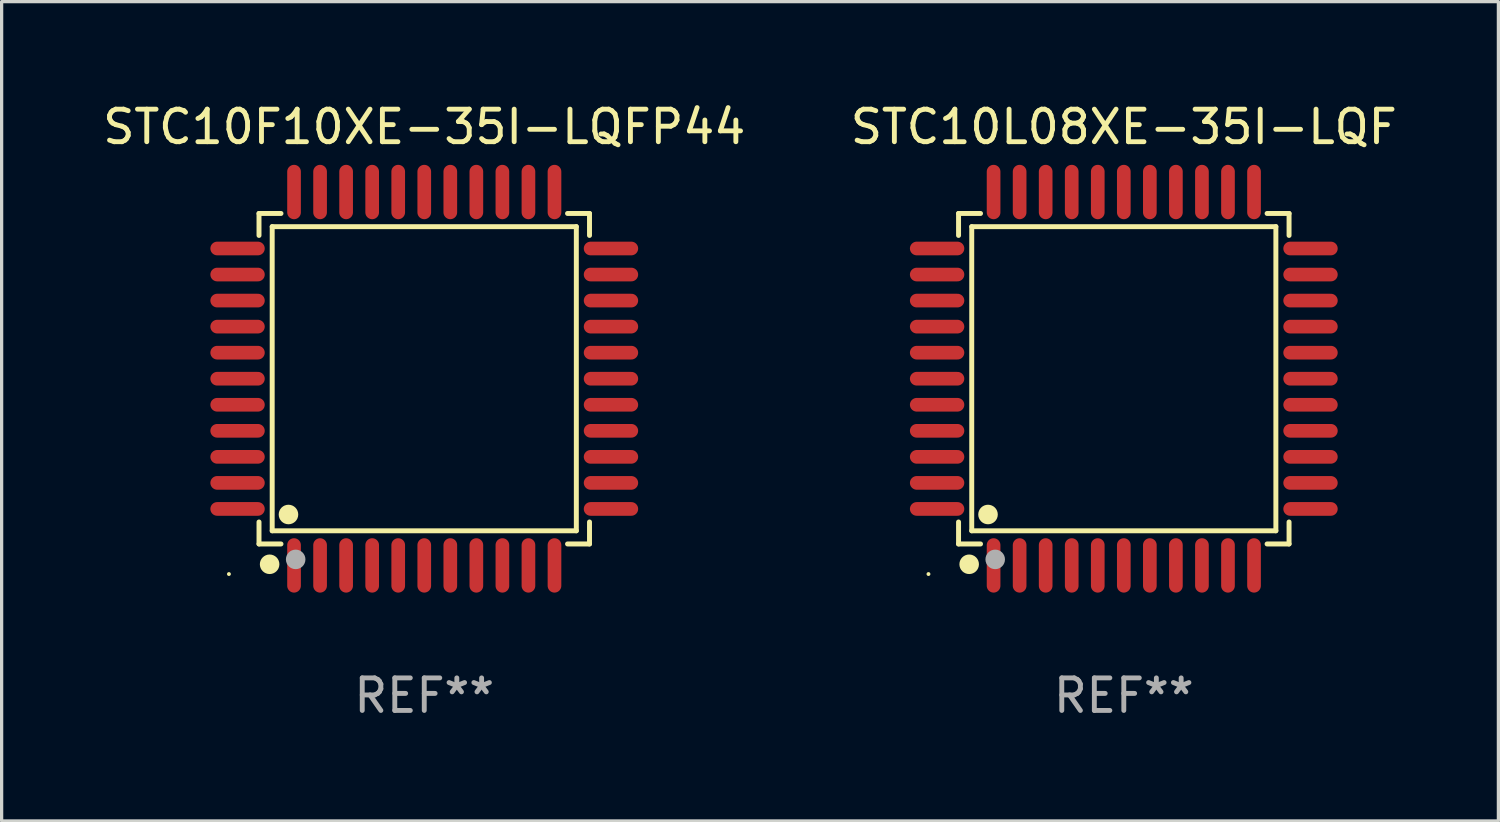
<source format=kicad_pcb>
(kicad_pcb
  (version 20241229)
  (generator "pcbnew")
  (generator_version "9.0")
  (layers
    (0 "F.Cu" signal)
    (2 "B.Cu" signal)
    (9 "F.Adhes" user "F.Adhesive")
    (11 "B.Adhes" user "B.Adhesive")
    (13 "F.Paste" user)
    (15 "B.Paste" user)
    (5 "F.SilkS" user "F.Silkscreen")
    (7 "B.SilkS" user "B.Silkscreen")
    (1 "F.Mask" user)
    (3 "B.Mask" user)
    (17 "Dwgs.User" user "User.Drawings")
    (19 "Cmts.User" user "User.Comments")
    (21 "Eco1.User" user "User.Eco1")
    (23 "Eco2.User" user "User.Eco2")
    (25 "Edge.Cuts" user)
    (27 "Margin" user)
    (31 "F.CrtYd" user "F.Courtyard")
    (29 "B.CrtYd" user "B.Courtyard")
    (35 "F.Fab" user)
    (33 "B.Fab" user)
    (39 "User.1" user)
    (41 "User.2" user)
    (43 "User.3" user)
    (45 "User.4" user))
  (footprint "STC10F10XE-35I-LQFP44"
    (layer "F.Cu")
    (at 9.982 8.583)
    (property "Reference" "STC10F10XE-35I-LQFP44" (at 0 -7.735 0) (layer "F.SilkS") (effects (font (size 1 1) (thickness 0.15))))
    (attr through_hole)
    (fp_line (start -5.076 -5.076) (end -4.401 -5.076) (stroke (width 0.152) (type solid)) (layer "F.SilkS"))
    (fp_line (start -5.076 -4.401) (end -5.076 -5.076) (stroke (width 0.152) (type solid)) (layer "F.SilkS"))
    (fp_line (start -5.076 4.401) (end -5.076 5.076) (stroke (width 0.152) (type solid)) (layer "F.SilkS"))
    (fp_line (start -5.076 5.076) (end -4.401 5.076) (stroke (width 0.152) (type solid)) (layer "F.SilkS"))
    (fp_line (start -4.671 -4.671) (end 4.671 -4.671) (stroke (width 0.152) (type solid)) (layer "F.SilkS"))
    (fp_line (start -4.671 4.671) (end -4.671 -4.671) (stroke (width 0.152) (type solid)) (layer "F.SilkS"))
    (fp_line (start 4.671 -4.671) (end 4.671 4.671) (stroke (width 0.152) (type solid)) (layer "F.SilkS"))
    (fp_line (start 4.671 4.671) (end -4.671 4.671) (stroke (width 0.152) (type solid)) (layer "F.SilkS"))
    (fp_line (start 5.076 -5.076) (end 4.401 -5.076) (stroke (width 0.152) (type solid)) (layer "F.SilkS"))
    (fp_line (start 5.076 -4.401) (end 5.076 -5.076) (stroke (width 0.152) (type solid)) (layer "F.SilkS"))
    (fp_line (start 5.076 4.401) (end 5.076 5.076) (stroke (width 0.152) (type solid)) (layer "F.SilkS"))
    (fp_line (start 5.076 5.076) (end 4.401 5.076) (stroke (width 0.152) (type solid)) (layer "F.SilkS"))
    (fp_circle (center -6 6) (end -5.97 6) (stroke (width 0.06) (type solid)) (fill no) (layer "F.SilkS"))
    (fp_circle (center -4.75 5.7) (end -4.6 5.7) (stroke (width 0.3) (type solid)) (fill no) (layer "F.SilkS"))
    (fp_circle (center -4.171 4.171) (end -4.021 4.171) (stroke (width 0.3) (type solid)) (fill no) (layer "F.SilkS"))
    (fp_circle (center -3.95 5.55) (end -3.8 5.55) (stroke (width 0.3) (type solid)) (fill no) (layer "F.Fab"))
    (fp_text user "REF**" (at 0 9.735 0) (layer "F.Fab") (effects (font (size 1 1) (thickness 0.15))))
    (pad "1" smd oval (at -4 5.735) (size 0.42 1.67) (layers "F.Cu" "F.Mask" "F.Paste"))
    (pad "2" smd oval (at -3.2 5.735) (size 0.42 1.67) (layers "F.Cu" "F.Mask" "F.Paste"))
    (pad "3" smd oval (at -2.4 5.735) (size 0.42 1.67) (layers "F.Cu" "F.Mask" "F.Paste"))
    (pad "4" smd oval (at -1.6 5.735) (size 0.42 1.67) (layers "F.Cu" "F.Mask" "F.Paste"))
    (pad "5" smd oval (at -0.8 5.735) (size 0.42 1.67) (layers "F.Cu" "F.Mask" "F.Paste"))
    (pad "6" smd oval (at 0 5.735) (size 0.42 1.67) (layers "F.Cu" "F.Mask" "F.Paste"))
    (pad "7" smd oval (at 0.8 5.735) (size 0.42 1.67) (layers "F.Cu" "F.Mask" "F.Paste"))
    (pad "8" smd oval (at 1.6 5.735) (size 0.42 1.67) (layers "F.Cu" "F.Mask" "F.Paste"))
    (pad "9" smd oval (at 2.4 5.735) (size 0.42 1.67) (layers "F.Cu" "F.Mask" "F.Paste"))
    (pad "10" smd oval (at 3.2 5.735) (size 0.42 1.67) (layers "F.Cu" "F.Mask" "F.Paste"))
    (pad "11" smd oval (at 4 5.735) (size 0.42 1.67) (layers "F.Cu" "F.Mask" "F.Paste"))
    (pad "12" smd oval (at 5.735 4) (size 1.67 0.42) (layers "F.Cu" "F.Mask" "F.Paste"))
    (pad "13" smd oval (at 5.735 3.2) (size 1.67 0.42) (layers "F.Cu" "F.Mask" "F.Paste"))
    (pad "14" smd oval (at 5.735 2.4) (size 1.67 0.42) (layers "F.Cu" "F.Mask" "F.Paste"))
    (pad "15" smd oval (at 5.735 1.6) (size 1.67 0.42) (layers "F.Cu" "F.Mask" "F.Paste"))
    (pad "16" smd oval (at 5.735 0.8) (size 1.67 0.42) (layers "F.Cu" "F.Mask" "F.Paste"))
    (pad "17" smd oval (at 5.735 0) (size 1.67 0.42) (layers "F.Cu" "F.Mask" "F.Paste"))
    (pad "18" smd oval (at 5.735 -0.8) (size 1.67 0.42) (layers "F.Cu" "F.Mask" "F.Paste"))
    (pad "19" smd oval (at 5.735 -1.6) (size 1.67 0.42) (layers "F.Cu" "F.Mask" "F.Paste"))
    (pad "20" smd oval (at 5.735 -2.4) (size 1.67 0.42) (layers "F.Cu" "F.Mask" "F.Paste"))
    (pad "21" smd oval (at 5.735 -3.2) (size 1.67 0.42) (layers "F.Cu" "F.Mask" "F.Paste"))
    (pad "22" smd oval (at 5.735 -4) (size 1.67 0.42) (layers "F.Cu" "F.Mask" "F.Paste"))
    (pad "23" smd oval (at 4 -5.735) (size 0.42 1.67) (layers "F.Cu" "F.Mask" "F.Paste"))
    (pad "24" smd oval (at 3.2 -5.735) (size 0.42 1.67) (layers "F.Cu" "F.Mask" "F.Paste"))
    (pad "25" smd oval (at 2.4 -5.735) (size 0.42 1.67) (layers "F.Cu" "F.Mask" "F.Paste"))
    (pad "26" smd oval (at 1.6 -5.735) (size 0.42 1.67) (layers "F.Cu" "F.Mask" "F.Paste"))
    (pad "27" smd oval (at 0.8 -5.735) (size 0.42 1.67) (layers "F.Cu" "F.Mask" "F.Paste"))
    (pad "28" smd oval (at 0 -5.735) (size 0.42 1.67) (layers "F.Cu" "F.Mask" "F.Paste"))
    (pad "29" smd oval (at -0.8 -5.735) (size 0.42 1.67) (layers "F.Cu" "F.Mask" "F.Paste"))
    (pad "30" smd oval (at -1.6 -5.735) (size 0.42 1.67) (layers "F.Cu" "F.Mask" "F.Paste"))
    (pad "31" smd oval (at -2.4 -5.735) (size 0.42 1.67) (layers "F.Cu" "F.Mask" "F.Paste"))
    (pad "32" smd oval (at -3.2 -5.735) (size 0.42 1.67) (layers "F.Cu" "F.Mask" "F.Paste"))
    (pad "33" smd oval (at -4 -5.735) (size 0.42 1.67) (layers "F.Cu" "F.Mask" "F.Paste"))
    (pad "34" smd oval (at -5.735 -4) (size 1.67 0.42) (layers "F.Cu" "F.Mask" "F.Paste"))
    (pad "35" smd oval (at -5.735 -3.2) (size 1.67 0.42) (layers "F.Cu" "F.Mask" "F.Paste"))
    (pad "36" smd oval (at -5.735 -2.4) (size 1.67 0.42) (layers "F.Cu" "F.Mask" "F.Paste"))
    (pad "37" smd oval (at -5.735 -1.6) (size 1.67 0.42) (layers "F.Cu" "F.Mask" "F.Paste"))
    (pad "38" smd oval (at -5.735 -0.8) (size 1.67 0.42) (layers "F.Cu" "F.Mask" "F.Paste"))
    (pad "39" smd oval (at -5.735 0) (size 1.67 0.42) (layers "F.Cu" "F.Mask" "F.Paste"))
    (pad "40" smd oval (at -5.735 0.8) (size 1.67 0.42) (layers "F.Cu" "F.Mask" "F.Paste"))
    (pad "41" smd oval (at -5.735 1.6) (size 1.67 0.42) (layers "F.Cu" "F.Mask" "F.Paste"))
    (pad "42" smd oval (at -5.735 2.4) (size 1.67 0.42) (layers "F.Cu" "F.Mask" "F.Paste"))
    (pad "43" smd oval (at -5.735 3.2) (size 1.67 0.42) (layers "F.Cu" "F.Mask" "F.Paste"))
    (pad "44" smd oval (at -5.735 4) (size 1.67 0.42) (layers "F.Cu" "F.Mask" "F.Paste")))
  (footprint "STC10L08XE-35I-LQF"
    (layer "F.Cu")
    (at 31.47 8.583)
    (property "Reference" "STC10L08XE-35I-LQF" (at 0 -7.735 0) (layer "F.SilkS") (effects (font (size 1 1) (thickness 0.15))))
    (attr through_hole)
    (fp_line (start -5.076 -5.076) (end -4.401 -5.076) (stroke (width 0.152) (type solid)) (layer "F.SilkS"))
    (fp_line (start -5.076 -4.401) (end -5.076 -5.076) (stroke (width 0.152) (type solid)) (layer "F.SilkS"))
    (fp_line (start -5.076 4.401) (end -5.076 5.076) (stroke (width 0.152) (type solid)) (layer "F.SilkS"))
    (fp_line (start -5.076 5.076) (end -4.401 5.076) (stroke (width 0.152) (type solid)) (layer "F.SilkS"))
    (fp_line (start -4.671 -4.671) (end 4.671 -4.671) (stroke (width 0.152) (type solid)) (layer "F.SilkS"))
    (fp_line (start -4.671 4.671) (end -4.671 -4.671) (stroke (width 0.152) (type solid)) (layer "F.SilkS"))
    (fp_line (start 4.671 -4.671) (end 4.671 4.671) (stroke (width 0.152) (type solid)) (layer "F.SilkS"))
    (fp_line (start 4.671 4.671) (end -4.671 4.671) (stroke (width 0.152) (type solid)) (layer "F.SilkS"))
    (fp_line (start 5.076 -5.076) (end 4.401 -5.076) (stroke (width 0.152) (type solid)) (layer "F.SilkS"))
    (fp_line (start 5.076 -4.401) (end 5.076 -5.076) (stroke (width 0.152) (type solid)) (layer "F.SilkS"))
    (fp_line (start 5.076 4.401) (end 5.076 5.076) (stroke (width 0.152) (type solid)) (layer "F.SilkS"))
    (fp_line (start 5.076 5.076) (end 4.401 5.076) (stroke (width 0.152) (type solid)) (layer "F.SilkS"))
    (fp_circle (center -6 6) (end -5.97 6) (stroke (width 0.06) (type solid)) (fill no) (layer "F.SilkS"))
    (fp_circle (center -4.75 5.7) (end -4.6 5.7) (stroke (width 0.3) (type solid)) (fill no) (layer "F.SilkS"))
    (fp_circle (center -4.171 4.171) (end -4.021 4.171) (stroke (width 0.3) (type solid)) (fill no) (layer "F.SilkS"))
    (fp_circle (center -3.95 5.55) (end -3.8 5.55) (stroke (width 0.3) (type solid)) (fill no) (layer "F.Fab"))
    (fp_text user "REF**" (at 0 9.735 0) (layer "F.Fab") (effects (font (size 1 1) (thickness 0.15))))
    (pad "1" smd oval (at -4 5.735) (size 0.42 1.67) (layers "F.Cu" "F.Mask" "F.Paste"))
    (pad "2" smd oval (at -3.2 5.735) (size 0.42 1.67) (layers "F.Cu" "F.Mask" "F.Paste"))
    (pad "3" smd oval (at -2.4 5.735) (size 0.42 1.67) (layers "F.Cu" "F.Mask" "F.Paste"))
    (pad "4" smd oval (at -1.6 5.735) (size 0.42 1.67) (layers "F.Cu" "F.Mask" "F.Paste"))
    (pad "5" smd oval (at -0.8 5.735) (size 0.42 1.67) (layers "F.Cu" "F.Mask" "F.Paste"))
    (pad "6" smd oval (at 0 5.735) (size 0.42 1.67) (layers "F.Cu" "F.Mask" "F.Paste"))
    (pad "7" smd oval (at 0.8 5.735) (size 0.42 1.67) (layers "F.Cu" "F.Mask" "F.Paste"))
    (pad "8" smd oval (at 1.6 5.735) (size 0.42 1.67) (layers "F.Cu" "F.Mask" "F.Paste"))
    (pad "9" smd oval (at 2.4 5.735) (size 0.42 1.67) (layers "F.Cu" "F.Mask" "F.Paste"))
    (pad "10" smd oval (at 3.2 5.735) (size 0.42 1.67) (layers "F.Cu" "F.Mask" "F.Paste"))
    (pad "11" smd oval (at 4 5.735) (size 0.42 1.67) (layers "F.Cu" "F.Mask" "F.Paste"))
    (pad "12" smd oval (at 5.735 4) (size 1.67 0.42) (layers "F.Cu" "F.Mask" "F.Paste"))
    (pad "13" smd oval (at 5.735 3.2) (size 1.67 0.42) (layers "F.Cu" "F.Mask" "F.Paste"))
    (pad "14" smd oval (at 5.735 2.4) (size 1.67 0.42) (layers "F.Cu" "F.Mask" "F.Paste"))
    (pad "15" smd oval (at 5.735 1.6) (size 1.67 0.42) (layers "F.Cu" "F.Mask" "F.Paste"))
    (pad "16" smd oval (at 5.735 0.8) (size 1.67 0.42) (layers "F.Cu" "F.Mask" "F.Paste"))
    (pad "17" smd oval (at 5.735 0) (size 1.67 0.42) (layers "F.Cu" "F.Mask" "F.Paste"))
    (pad "18" smd oval (at 5.735 -0.8) (size 1.67 0.42) (layers "F.Cu" "F.Mask" "F.Paste"))
    (pad "19" smd oval (at 5.735 -1.6) (size 1.67 0.42) (layers "F.Cu" "F.Mask" "F.Paste"))
    (pad "20" smd oval (at 5.735 -2.4) (size 1.67 0.42) (layers "F.Cu" "F.Mask" "F.Paste"))
    (pad "21" smd oval (at 5.735 -3.2) (size 1.67 0.42) (layers "F.Cu" "F.Mask" "F.Paste"))
    (pad "22" smd oval (at 5.735 -4) (size 1.67 0.42) (layers "F.Cu" "F.Mask" "F.Paste"))
    (pad "23" smd oval (at 4 -5.735) (size 0.42 1.67) (layers "F.Cu" "F.Mask" "F.Paste"))
    (pad "24" smd oval (at 3.2 -5.735) (size 0.42 1.67) (layers "F.Cu" "F.Mask" "F.Paste"))
    (pad "25" smd oval (at 2.4 -5.735) (size 0.42 1.67) (layers "F.Cu" "F.Mask" "F.Paste"))
    (pad "26" smd oval (at 1.6 -5.735) (size 0.42 1.67) (layers "F.Cu" "F.Mask" "F.Paste"))
    (pad "27" smd oval (at 0.8 -5.735) (size 0.42 1.67) (layers "F.Cu" "F.Mask" "F.Paste"))
    (pad "28" smd oval (at 0 -5.735) (size 0.42 1.67) (layers "F.Cu" "F.Mask" "F.Paste"))
    (pad "29" smd oval (at -0.8 -5.735) (size 0.42 1.67) (layers "F.Cu" "F.Mask" "F.Paste"))
    (pad "30" smd oval (at -1.6 -5.735) (size 0.42 1.67) (layers "F.Cu" "F.Mask" "F.Paste"))
    (pad "31" smd oval (at -2.4 -5.735) (size 0.42 1.67) (layers "F.Cu" "F.Mask" "F.Paste"))
    (pad "32" smd oval (at -3.2 -5.735) (size 0.42 1.67) (layers "F.Cu" "F.Mask" "F.Paste"))
    (pad "33" smd oval (at -4 -5.735) (size 0.42 1.67) (layers "F.Cu" "F.Mask" "F.Paste"))
    (pad "34" smd oval (at -5.735 -4) (size 1.67 0.42) (layers "F.Cu" "F.Mask" "F.Paste"))
    (pad "35" smd oval (at -5.735 -3.2) (size 1.67 0.42) (layers "F.Cu" "F.Mask" "F.Paste"))
    (pad "36" smd oval (at -5.735 -2.4) (size 1.67 0.42) (layers "F.Cu" "F.Mask" "F.Paste"))
    (pad "37" smd oval (at -5.735 -1.6) (size 1.67 0.42) (layers "F.Cu" "F.Mask" "F.Paste"))
    (pad "38" smd oval (at -5.735 -0.8) (size 1.67 0.42) (layers "F.Cu" "F.Mask" "F.Paste"))
    (pad "39" smd oval (at -5.735 0) (size 1.67 0.42) (layers "F.Cu" "F.Mask" "F.Paste"))
    (pad "40" smd oval (at -5.735 0.8) (size 1.67 0.42) (layers "F.Cu" "F.Mask" "F.Paste"))
    (pad "41" smd oval (at -5.735 1.6) (size 1.67 0.42) (layers "F.Cu" "F.Mask" "F.Paste"))
    (pad "42" smd oval (at -5.735 2.4) (size 1.67 0.42) (layers "F.Cu" "F.Mask" "F.Paste"))
    (pad "43" smd oval (at -5.735 3.2) (size 1.67 0.42) (layers "F.Cu" "F.Mask" "F.Paste"))
    (pad "44" smd oval (at -5.735 4) (size 1.67 0.42) (layers "F.Cu" "F.Mask" "F.Paste")))
  (gr_rect
    (start -3 -3)
    (end 42.976 22.167)
    (stroke (width 0.1) (type default))
    (fill no)
    (layer "Edge.Cuts")))
</source>
